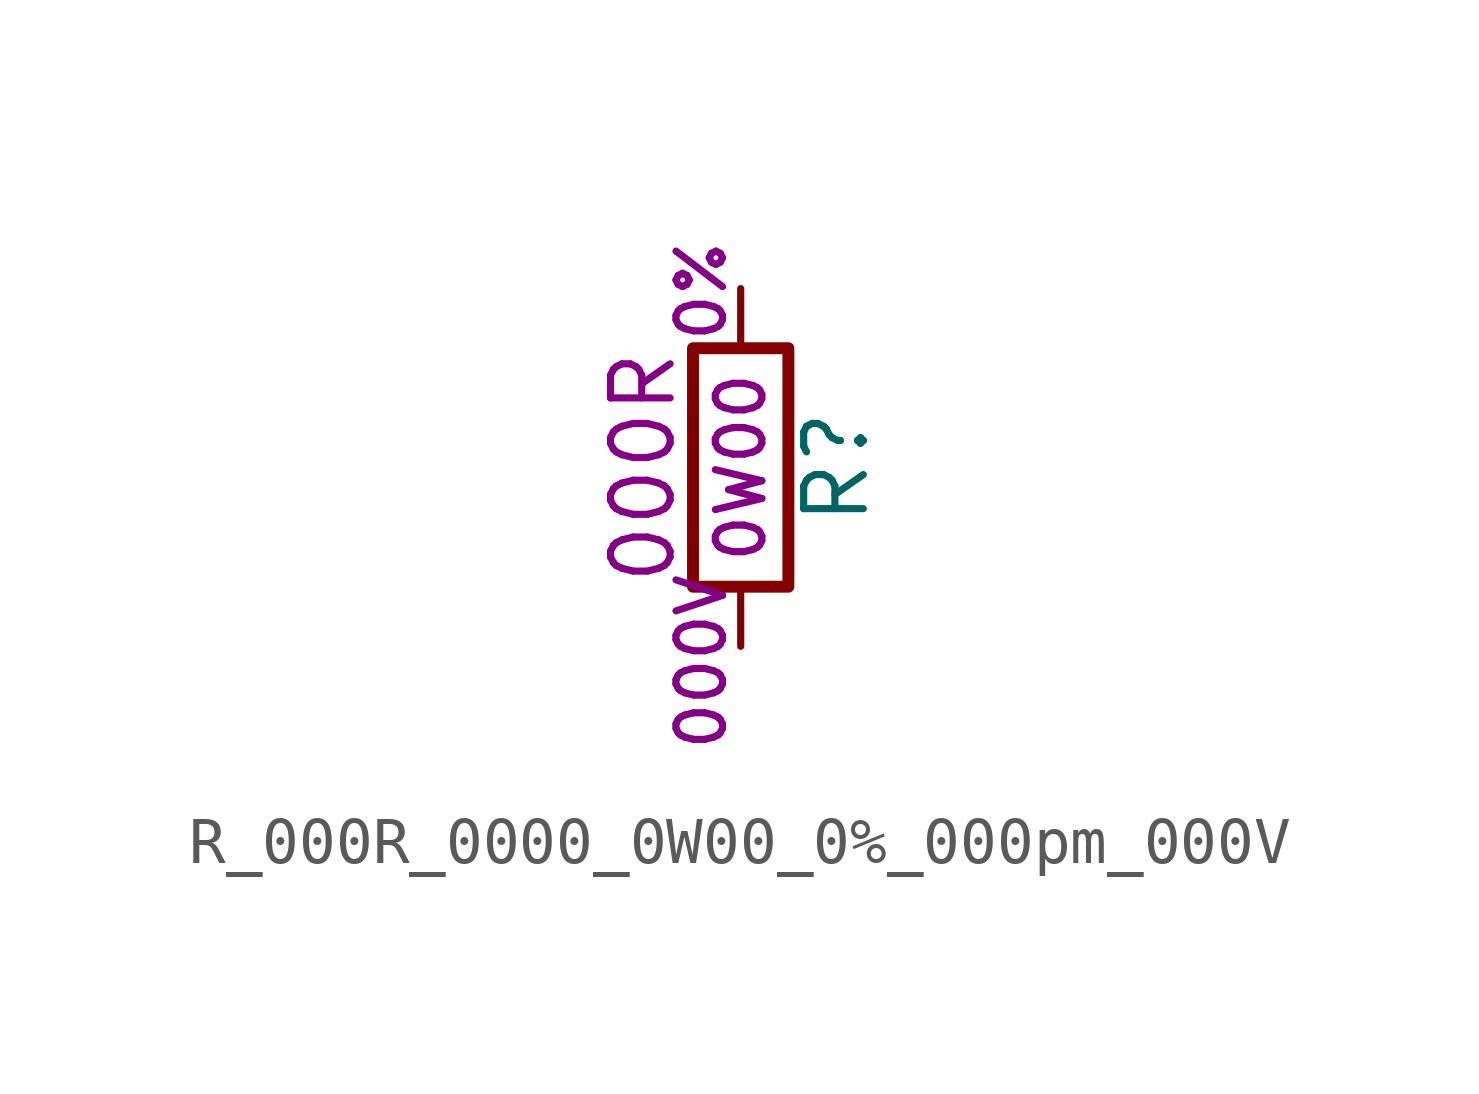
<source format=kicad_sym>
(kicad_symbol_lib
  (version 20211014)
  (generator kicad_symbol_editor)
  (symbol "R_000R_0000_0W00_0%_000pm_000V"
    (pin_numbers hide)
    (pin_names
      (offset 0))
    (property "Reference" "R"
      (at 2.032 0 90)
      (effects (font (size 1.27 1.27))))
    (property "Resistance" "000R"
      (at -2.083 0 90)
      (effects (font (size 1.27 1.27))))
    (property "Power" "0W00"
      (at 0 0 90)
      (effects (font (size 0.991 0.991))))
    (property "Tolerance" "0%"
      (at -0.838 3.759 90)
      (effects (font (size 0.991 0.991))))
    (property "Voltage" "000V"
      (at -0.838 -4.14 90)
      (effects (font (size 0.991 0.991))))
    (symbol "R_000R_0000_0W00_0%_000pm_000V_0_1"
      (rectangle (start -1.016 -2.54) (end 1.016 2.54) (stroke (width 0.254) (type default) (color 0 0 0 0)) (fill (type none))))
    (symbol "R_000R_0000_0W00_0%_000pm_000V_1_1"
      (pin passive line (at 0 3.81 270) (length 1.27) (name "~" (effects (font (size 1.27 1.27)))) (number "1" (effects (font (size 1.27 1.27)))))
      (pin passive line (at 0 -3.81 90) (length 1.27) (name "~" (effects (font (size 1.27 1.27)))) (number "2" (effects (font (size 1.27 1.27))))))))
</source>
